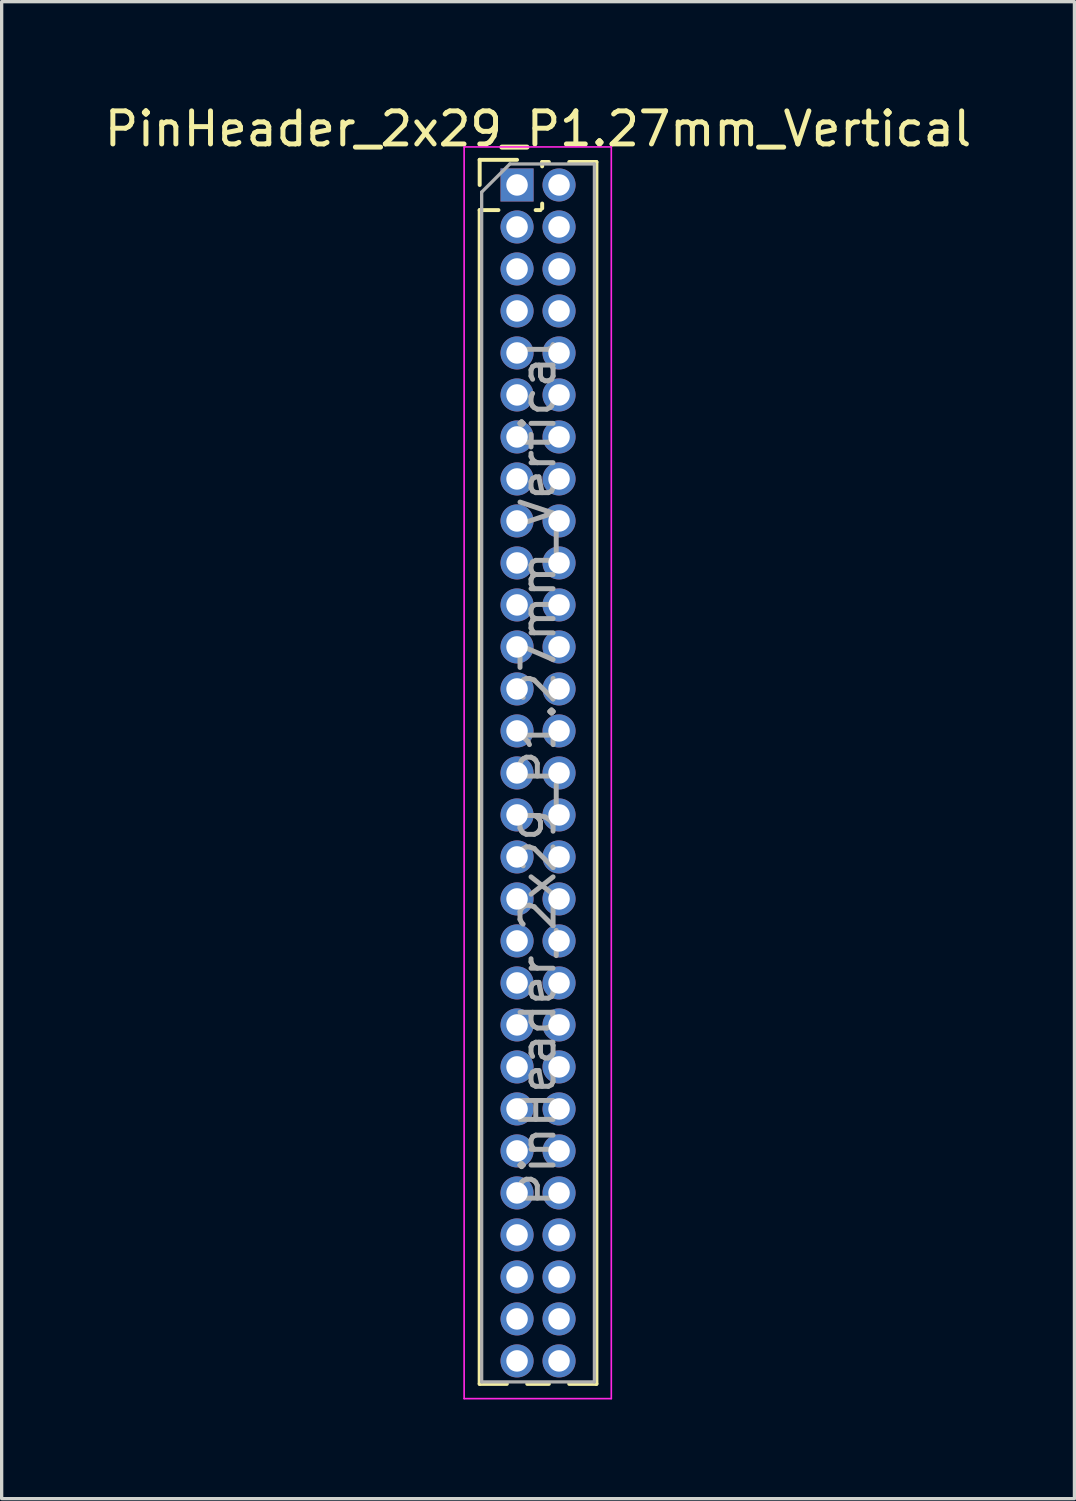
<source format=kicad_pcb>
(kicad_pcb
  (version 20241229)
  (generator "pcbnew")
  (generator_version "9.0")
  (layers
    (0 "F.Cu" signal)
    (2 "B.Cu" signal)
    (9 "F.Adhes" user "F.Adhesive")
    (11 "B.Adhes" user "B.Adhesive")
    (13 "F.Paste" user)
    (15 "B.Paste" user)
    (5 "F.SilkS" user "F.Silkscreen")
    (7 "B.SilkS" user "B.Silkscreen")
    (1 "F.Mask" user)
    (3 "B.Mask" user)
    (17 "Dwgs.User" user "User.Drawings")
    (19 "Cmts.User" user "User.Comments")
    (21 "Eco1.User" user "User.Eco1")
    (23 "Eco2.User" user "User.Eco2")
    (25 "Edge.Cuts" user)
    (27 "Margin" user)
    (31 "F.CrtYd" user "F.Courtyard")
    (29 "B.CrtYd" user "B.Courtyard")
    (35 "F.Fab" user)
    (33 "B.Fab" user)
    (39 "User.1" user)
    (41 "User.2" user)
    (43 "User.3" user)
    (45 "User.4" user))
  (footprint "PinHeader_2x29_P1.27mm_Vertical"
    (layer "F.Cu")
    (at 12.585 2.543)
    (property "Reference" "PinHeader_2x29_P1.27mm_Vertical" (at 0.635 -1.695 0) (layer "F.SilkS") (effects (font (size 1 1) (thickness 0.15))))
    (attr through_hole)
    (fp_line (start -1.13 -0.76) (end 0 -0.76) (stroke (width 0.12) (type solid)) (layer "F.SilkS"))
    (fp_line (start -1.13 0) (end -1.13 -0.76) (stroke (width 0.12) (type solid)) (layer "F.SilkS"))
    (fp_line (start -1.13 0.76) (end -1.13 36.255) (stroke (width 0.12) (type solid)) (layer "F.SilkS"))
    (fp_line (start -1.13 0.76) (end -0.563 0.76) (stroke (width 0.12) (type solid)) (layer "F.SilkS"))
    (fp_line (start -1.13 36.255) (end -0.308 36.255) (stroke (width 0.12) (type solid)) (layer "F.SilkS"))
    (fp_line (start 0.308 36.255) (end 0.962 36.255) (stroke (width 0.12) (type solid)) (layer "F.SilkS"))
    (fp_line (start 0.563 0.76) (end 0.707 0.76) (stroke (width 0.12) (type solid)) (layer "F.SilkS"))
    (fp_line (start 0.76 -0.695) (end 0.962 -0.695) (stroke (width 0.12) (type solid)) (layer "F.SilkS"))
    (fp_line (start 0.76 -0.563) (end 0.76 -0.695) (stroke (width 0.12) (type solid)) (layer "F.SilkS"))
    (fp_line (start 0.76 0.707) (end 0.76 0.563) (stroke (width 0.12) (type solid)) (layer "F.SilkS"))
    (fp_line (start 1.578 -0.695) (end 2.4 -0.695) (stroke (width 0.12) (type solid)) (layer "F.SilkS"))
    (fp_line (start 1.578 36.255) (end 2.4 36.255) (stroke (width 0.12) (type solid)) (layer "F.SilkS"))
    (fp_line (start 2.4 -0.695) (end 2.4 36.255) (stroke (width 0.12) (type solid)) (layer "F.SilkS"))
    (fp_line (start -1.6 -1.15) (end -1.6 36.7) (stroke (width 0.05) (type solid)) (layer "F.CrtYd"))
    (fp_line (start -1.6 36.7) (end 2.85 36.7) (stroke (width 0.05) (type solid)) (layer "F.CrtYd"))
    (fp_line (start 2.85 -1.15) (end -1.6 -1.15) (stroke (width 0.05) (type solid)) (layer "F.CrtYd"))
    (fp_line (start 2.85 36.7) (end 2.85 -1.15) (stroke (width 0.05) (type solid)) (layer "F.CrtYd"))
    (fp_line (start -1.07 0.217) (end -0.217 -0.635) (stroke (width 0.1) (type solid)) (layer "F.Fab"))
    (fp_line (start -1.07 36.195) (end -1.07 0.217) (stroke (width 0.1) (type solid)) (layer "F.Fab"))
    (fp_line (start -0.217 -0.635) (end 2.34 -0.635) (stroke (width 0.1) (type solid)) (layer "F.Fab"))
    (fp_line (start 2.34 -0.635) (end 2.34 36.195) (stroke (width 0.1) (type solid)) (layer "F.Fab"))
    (fp_line (start 2.34 36.195) (end -1.07 36.195) (stroke (width 0.1) (type solid)) (layer "F.Fab"))
    (fp_text user "${REFERENCE}" (at 0.635 17.78 90) (layer "F.Fab") (effects (font (size 1 1) (thickness 0.15))))
    (pad "1" thru_hole rect (at 0 0) (size 1 1) (drill 0.65) (layers "*.Cu" "*.Mask"))
    (pad "2" thru_hole oval (at 1.27 0) (size 1 1) (drill 0.65) (layers "*.Cu" "*.Mask"))
    (pad "3" thru_hole oval (at 0 1.27) (size 1 1) (drill 0.65) (layers "*.Cu" "*.Mask"))
    (pad "4" thru_hole oval (at 1.27 1.27) (size 1 1) (drill 0.65) (layers "*.Cu" "*.Mask"))
    (pad "5" thru_hole oval (at 0 2.54) (size 1 1) (drill 0.65) (layers "*.Cu" "*.Mask"))
    (pad "6" thru_hole oval (at 1.27 2.54) (size 1 1) (drill 0.65) (layers "*.Cu" "*.Mask"))
    (pad "7" thru_hole oval (at 0 3.81) (size 1 1) (drill 0.65) (layers "*.Cu" "*.Mask"))
    (pad "8" thru_hole oval (at 1.27 3.81) (size 1 1) (drill 0.65) (layers "*.Cu" "*.Mask"))
    (pad "9" thru_hole oval (at 0 5.08) (size 1 1) (drill 0.65) (layers "*.Cu" "*.Mask"))
    (pad "10" thru_hole oval (at 1.27 5.08) (size 1 1) (drill 0.65) (layers "*.Cu" "*.Mask"))
    (pad "11" thru_hole oval (at 0 6.35) (size 1 1) (drill 0.65) (layers "*.Cu" "*.Mask"))
    (pad "12" thru_hole oval (at 1.27 6.35) (size 1 1) (drill 0.65) (layers "*.Cu" "*.Mask"))
    (pad "13" thru_hole oval (at 0 7.62) (size 1 1) (drill 0.65) (layers "*.Cu" "*.Mask"))
    (pad "14" thru_hole oval (at 1.27 7.62) (size 1 1) (drill 0.65) (layers "*.Cu" "*.Mask"))
    (pad "15" thru_hole oval (at 0 8.89) (size 1 1) (drill 0.65) (layers "*.Cu" "*.Mask"))
    (pad "16" thru_hole oval (at 1.27 8.89) (size 1 1) (drill 0.65) (layers "*.Cu" "*.Mask"))
    (pad "17" thru_hole oval (at 0 10.16) (size 1 1) (drill 0.65) (layers "*.Cu" "*.Mask"))
    (pad "18" thru_hole oval (at 1.27 10.16) (size 1 1) (drill 0.65) (layers "*.Cu" "*.Mask"))
    (pad "19" thru_hole oval (at 0 11.43) (size 1 1) (drill 0.65) (layers "*.Cu" "*.Mask"))
    (pad "20" thru_hole oval (at 1.27 11.43) (size 1 1) (drill 0.65) (layers "*.Cu" "*.Mask"))
    (pad "21" thru_hole oval (at 0 12.7) (size 1 1) (drill 0.65) (layers "*.Cu" "*.Mask"))
    (pad "22" thru_hole oval (at 1.27 12.7) (size 1 1) (drill 0.65) (layers "*.Cu" "*.Mask"))
    (pad "23" thru_hole oval (at 0 13.97) (size 1 1) (drill 0.65) (layers "*.Cu" "*.Mask"))
    (pad "24" thru_hole oval (at 1.27 13.97) (size 1 1) (drill 0.65) (layers "*.Cu" "*.Mask"))
    (pad "25" thru_hole oval (at 0 15.24) (size 1 1) (drill 0.65) (layers "*.Cu" "*.Mask"))
    (pad "26" thru_hole oval (at 1.27 15.24) (size 1 1) (drill 0.65) (layers "*.Cu" "*.Mask"))
    (pad "27" thru_hole oval (at 0 16.51) (size 1 1) (drill 0.65) (layers "*.Cu" "*.Mask"))
    (pad "28" thru_hole oval (at 1.27 16.51) (size 1 1) (drill 0.65) (layers "*.Cu" "*.Mask"))
    (pad "29" thru_hole oval (at 0 17.78) (size 1 1) (drill 0.65) (layers "*.Cu" "*.Mask"))
    (pad "30" thru_hole oval (at 1.27 17.78) (size 1 1) (drill 0.65) (layers "*.Cu" "*.Mask"))
    (pad "31" thru_hole oval (at 0 19.05) (size 1 1) (drill 0.65) (layers "*.Cu" "*.Mask"))
    (pad "32" thru_hole oval (at 1.27 19.05) (size 1 1) (drill 0.65) (layers "*.Cu" "*.Mask"))
    (pad "33" thru_hole oval (at 0 20.32) (size 1 1) (drill 0.65) (layers "*.Cu" "*.Mask"))
    (pad "34" thru_hole oval (at 1.27 20.32) (size 1 1) (drill 0.65) (layers "*.Cu" "*.Mask"))
    (pad "35" thru_hole oval (at 0 21.59) (size 1 1) (drill 0.65) (layers "*.Cu" "*.Mask"))
    (pad "36" thru_hole oval (at 1.27 21.59) (size 1 1) (drill 0.65) (layers "*.Cu" "*.Mask"))
    (pad "37" thru_hole oval (at 0 22.86) (size 1 1) (drill 0.65) (layers "*.Cu" "*.Mask"))
    (pad "38" thru_hole oval (at 1.27 22.86) (size 1 1) (drill 0.65) (layers "*.Cu" "*.Mask"))
    (pad "39" thru_hole oval (at 0 24.13) (size 1 1) (drill 0.65) (layers "*.Cu" "*.Mask"))
    (pad "40" thru_hole oval (at 1.27 24.13) (size 1 1) (drill 0.65) (layers "*.Cu" "*.Mask"))
    (pad "41" thru_hole oval (at 0 25.4) (size 1 1) (drill 0.65) (layers "*.Cu" "*.Mask"))
    (pad "42" thru_hole oval (at 1.27 25.4) (size 1 1) (drill 0.65) (layers "*.Cu" "*.Mask"))
    (pad "43" thru_hole oval (at 0 26.67) (size 1 1) (drill 0.65) (layers "*.Cu" "*.Mask"))
    (pad "44" thru_hole oval (at 1.27 26.67) (size 1 1) (drill 0.65) (layers "*.Cu" "*.Mask"))
    (pad "45" thru_hole oval (at 0 27.94) (size 1 1) (drill 0.65) (layers "*.Cu" "*.Mask"))
    (pad "46" thru_hole oval (at 1.27 27.94) (size 1 1) (drill 0.65) (layers "*.Cu" "*.Mask"))
    (pad "47" thru_hole oval (at 0 29.21) (size 1 1) (drill 0.65) (layers "*.Cu" "*.Mask"))
    (pad "48" thru_hole oval (at 1.27 29.21) (size 1 1) (drill 0.65) (layers "*.Cu" "*.Mask"))
    (pad "49" thru_hole oval (at 0 30.48) (size 1 1) (drill 0.65) (layers "*.Cu" "*.Mask"))
    (pad "50" thru_hole oval (at 1.27 30.48) (size 1 1) (drill 0.65) (layers "*.Cu" "*.Mask"))
    (pad "51" thru_hole oval (at 0 31.75) (size 1 1) (drill 0.65) (layers "*.Cu" "*.Mask"))
    (pad "52" thru_hole oval (at 1.27 31.75) (size 1 1) (drill 0.65) (layers "*.Cu" "*.Mask"))
    (pad "53" thru_hole oval (at 0 33.02) (size 1 1) (drill 0.65) (layers "*.Cu" "*.Mask"))
    (pad "54" thru_hole oval (at 1.27 33.02) (size 1 1) (drill 0.65) (layers "*.Cu" "*.Mask"))
    (pad "55" thru_hole oval (at 0 34.29) (size 1 1) (drill 0.65) (layers "*.Cu" "*.Mask"))
    (pad "56" thru_hole oval (at 1.27 34.29) (size 1 1) (drill 0.65) (layers "*.Cu" "*.Mask"))
    (pad "57" thru_hole oval (at 0 35.56) (size 1 1) (drill 0.65) (layers "*.Cu" "*.Mask"))
    (pad "58" thru_hole oval (at 1.27 35.56) (size 1 1) (drill 0.65) (layers "*.Cu" "*.Mask")))
  (gr_rect
    (start -3 -3)
    (end 29.44 42.268)
    (stroke (width 0.1) (type default))
    (fill no)
    (layer "Edge.Cuts")))
</source>
